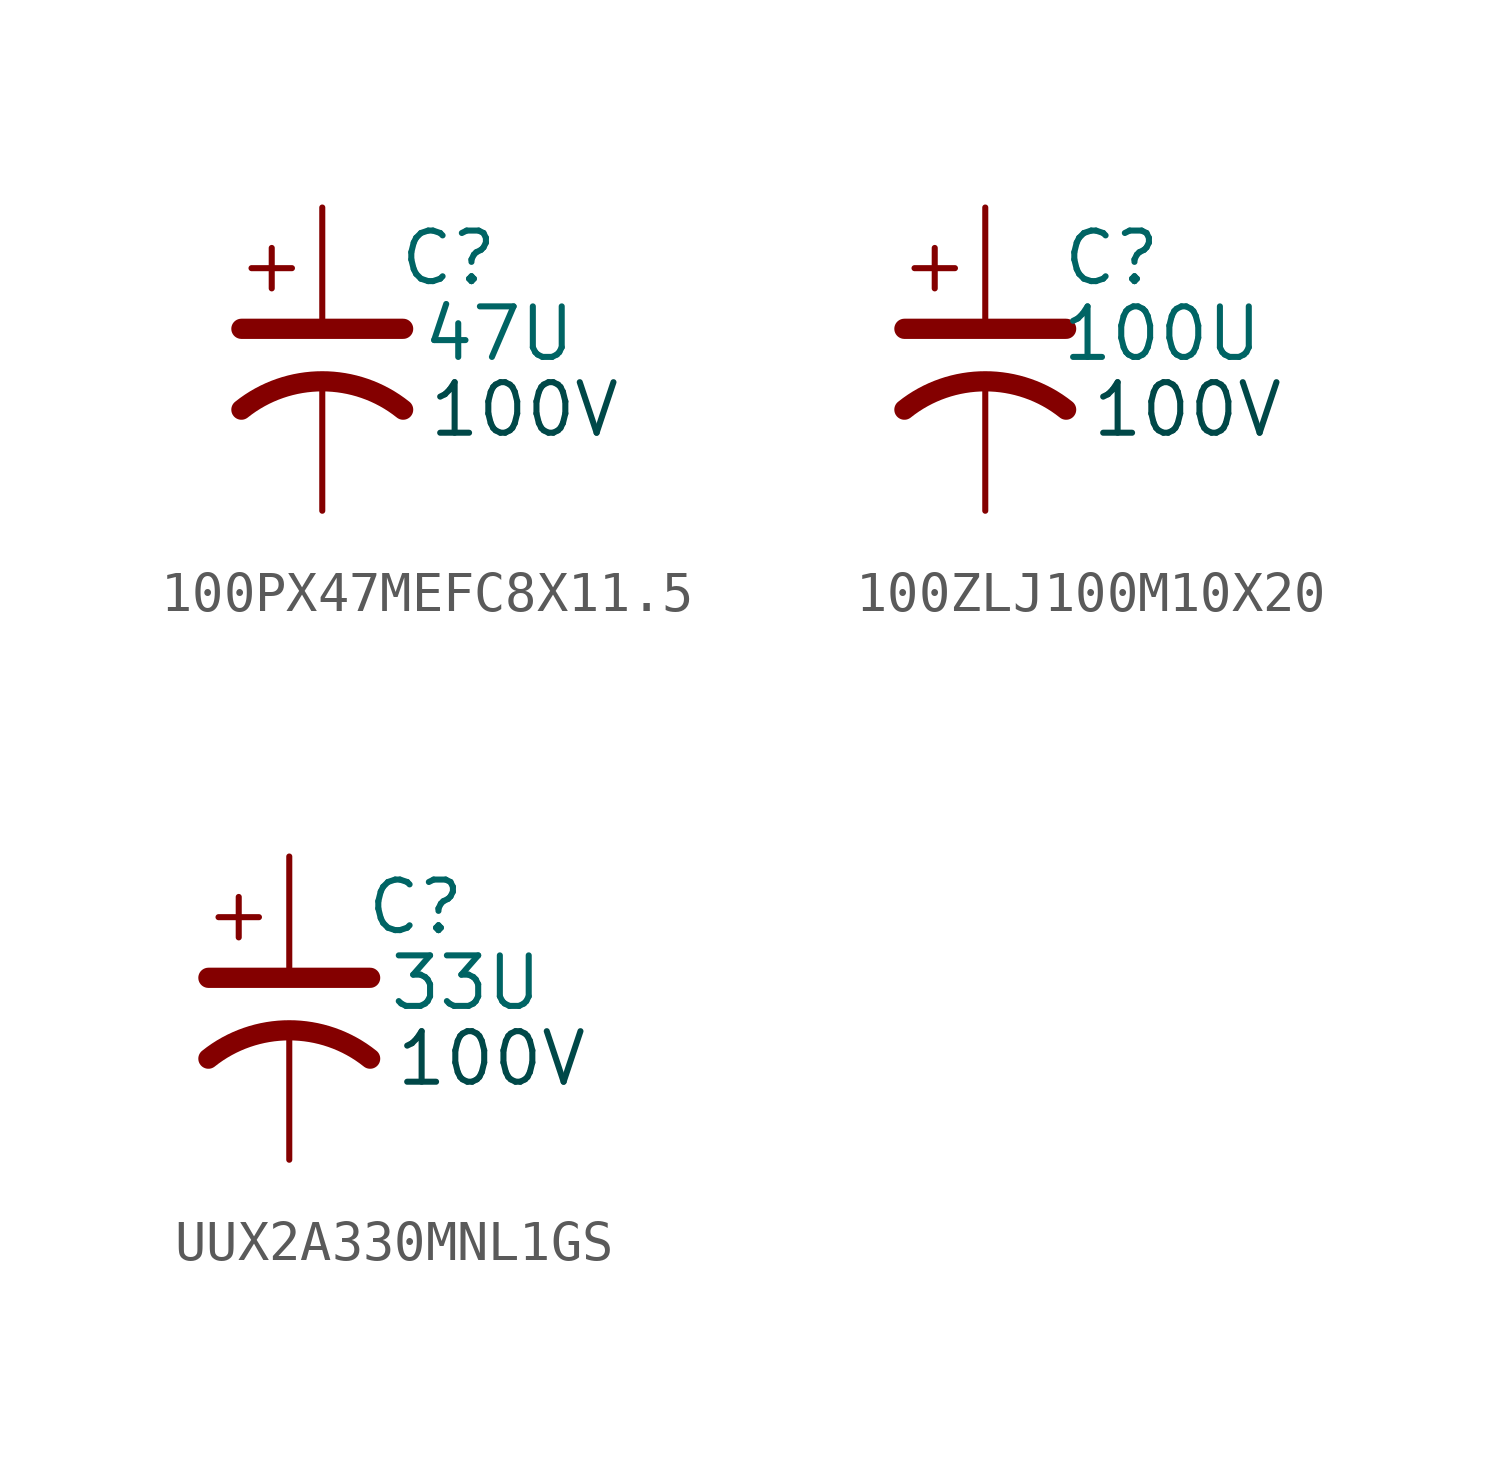
<source format=kicad_sym>
(kicad_symbol_lib
  (version 20220914)
  (generator kicad_symbol_editor)
  (symbol "100PX47MEFC8X11.5"
    (pin_numbers hide)
    (pin_names hide)
    (property "Reference" "C"
      (at 3.175 2.54 0)
      (effects (font (size 1.27 1.27))))
    (property "Value" "47U"
      (at 4.445 0.635 0)
      (effects (font (size 1.27 1.27))))
    (property "Voltage Rating" "100V"
      (at 5.08 -1.27 0)
      (effects (font (size 1.27 1.27) (color 0 72 72 1))))
    (symbol "100PX47MEFC8X11.5_0_1"
      (polyline (pts (xy -2.032 0.762) (xy 2.032 0.762)) (stroke (width 0.508) (type default)) (fill (type none)))
      (polyline (pts (xy -1.778 2.286) (xy -0.762 2.286)) (stroke (width 0) (type default)) (fill (type none)))
      (polyline (pts (xy -1.27 1.778) (xy -1.27 2.794)) (stroke (width 0) (type default)) (fill (type none)))
      (arc (start 2.032 -1.27) (mid 0 -0.5572) (end -2.032 -1.27) (stroke (width 0.508) (type default)) (fill (type none))))
    (symbol "100PX47MEFC8X11.5_1_1"
      (pin passive line (at 0 3.81 270) (length 2.794) (name "~" (effects (font (size 1.27 1.27)))) (number "1" (effects (font (size 1.27 1.27)))))
      (pin passive line (at 0 -3.81 90) (length 3.302) (name "~" (effects (font (size 1.27 1.27)))) (number "2" (effects (font (size 1.27 1.27)))))))
  (symbol "100ZLJ100M10X20"
    (pin_numbers hide)
    (pin_names hide)
    (property "Reference" "C"
      (at 3.175 2.54 0)
      (effects (font (size 1.27 1.27))))
    (property "Value" "100U"
      (at 4.445 0.635 0)
      (effects (font (size 1.27 1.27))))
    (property "Voltage Rating" "100V"
      (at 5.08 -1.27 0)
      (effects (font (size 1.27 1.27) (color 0 72 72 1))))
    (symbol "100ZLJ100M10X20_0_1"
      (polyline (pts (xy -2.032 0.762) (xy 2.032 0.762)) (stroke (width 0.508) (type default)) (fill (type none)))
      (polyline (pts (xy -1.778 2.286) (xy -0.762 2.286)) (stroke (width 0) (type default)) (fill (type none)))
      (polyline (pts (xy -1.27 1.778) (xy -1.27 2.794)) (stroke (width 0) (type default)) (fill (type none)))
      (arc (start 2.032 -1.27) (mid 0 -0.5572) (end -2.032 -1.27) (stroke (width 0.508) (type default)) (fill (type none))))
    (symbol "100ZLJ100M10X20_1_1"
      (pin passive line (at 0 3.81 270) (length 2.794) (name "~" (effects (font (size 1.27 1.27)))) (number "1" (effects (font (size 1.27 1.27)))))
      (pin passive line (at 0 -3.81 90) (length 3.302) (name "~" (effects (font (size 1.27 1.27)))) (number "2" (effects (font (size 1.27 1.27)))))))
  (symbol "UUX2A330MNL1GS"
    (pin_numbers hide)
    (pin_names hide)
    (property "Reference" "C"
      (at 3.175 2.54 0)
      (effects (font (size 1.27 1.27))))
    (property "Value" "33U"
      (at 4.445 0.635 0)
      (effects (font (size 1.27 1.27))))
    (property "Voltage Rating" "100V"
      (at 5.08 -1.27 0)
      (effects (font (size 1.27 1.27) (color 0 72 72 1))))
    (symbol "UUX2A330MNL1GS_0_1"
      (polyline (pts (xy -2.032 0.762) (xy 2.032 0.762)) (stroke (width 0.508) (type default)) (fill (type none)))
      (polyline (pts (xy -1.778 2.286) (xy -0.762 2.286)) (stroke (width 0) (type default)) (fill (type none)))
      (polyline (pts (xy -1.27 1.778) (xy -1.27 2.794)) (stroke (width 0) (type default)) (fill (type none)))
      (arc (start 2.032 -1.27) (mid 0 -0.5572) (end -2.032 -1.27) (stroke (width 0.508) (type default)) (fill (type none))))
    (symbol "UUX2A330MNL1GS_1_1"
      (pin passive line (at 0 3.81 270) (length 2.794) (name "~" (effects (font (size 1.27 1.27)))) (number "1" (effects (font (size 1.27 1.27)))))
      (pin passive line (at 0 -3.81 90) (length 3.302) (name "~" (effects (font (size 1.27 1.27)))) (number "2" (effects (font (size 1.27 1.27))))))))
</source>
